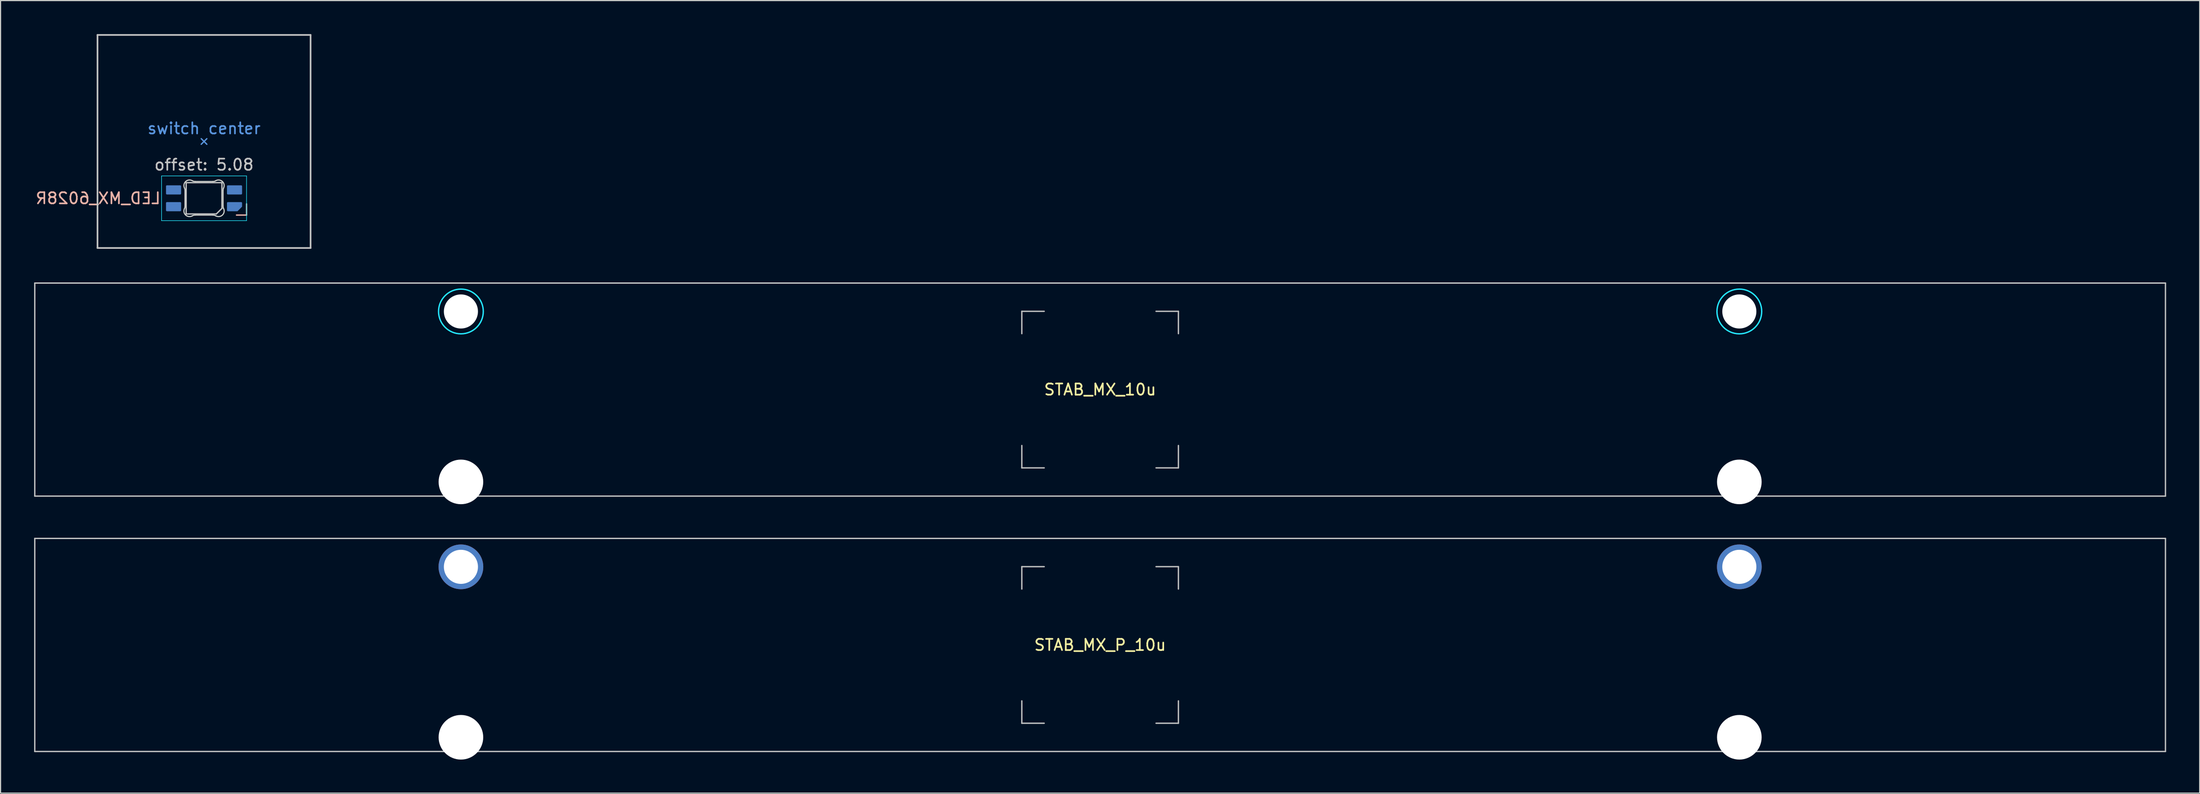
<source format=kicad_pcb>
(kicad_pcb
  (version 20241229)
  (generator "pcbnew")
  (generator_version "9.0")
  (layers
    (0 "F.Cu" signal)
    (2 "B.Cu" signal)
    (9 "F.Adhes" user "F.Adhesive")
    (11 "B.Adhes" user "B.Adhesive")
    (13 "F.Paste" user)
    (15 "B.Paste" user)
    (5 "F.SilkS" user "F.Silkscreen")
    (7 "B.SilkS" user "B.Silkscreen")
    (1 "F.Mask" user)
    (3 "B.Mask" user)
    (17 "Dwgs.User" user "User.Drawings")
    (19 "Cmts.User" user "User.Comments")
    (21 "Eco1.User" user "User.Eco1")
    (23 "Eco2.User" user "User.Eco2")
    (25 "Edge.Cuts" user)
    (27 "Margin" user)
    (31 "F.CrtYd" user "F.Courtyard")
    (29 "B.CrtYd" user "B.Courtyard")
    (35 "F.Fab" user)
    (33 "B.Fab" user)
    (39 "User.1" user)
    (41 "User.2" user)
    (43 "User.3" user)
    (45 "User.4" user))
  (footprint "LED_MX_6028R"
    (layer "F.Cu")
    (at 15.193 14.68)
    (property "Reference" "LED_MX_6028R" (at -3.8 0 0) (layer "B.SilkS") (effects (font (size 1 1) (thickness 0.15)) (justify left mirror)))
    (attr smd)
    (fp_line (start 3.8 0.5) (end 3.8 1.5) (stroke (width 0.12) (type solid)) (layer "B.SilkS"))
    (fp_line (start 3.8 1.5) (end 2.9 1.5) (stroke (width 0.12) (type solid)) (layer "B.SilkS"))
    (fp_line (start -9.525 -14.605) (end 9.525 -14.605) (stroke (width 0.15) (type solid)) (layer "Dwgs.User"))
    (fp_line (start -9.525 4.445) (end -9.525 -14.605) (stroke (width 0.15) (type solid)) (layer "Dwgs.User"))
    (fp_line (start -1.6 -1.4) (end -1.6 1.4) (stroke (width 0.12) (type solid)) (layer "Dwgs.User"))
    (fp_line (start -1.6 1.4) (end 1.1 1.4) (stroke (width 0.12) (type solid)) (layer "Dwgs.User"))
    (fp_line (start 1.6 -1.4) (end -1.6 -1.4) (stroke (width 0.12) (type solid)) (layer "Dwgs.User"))
    (fp_line (start 1.6 0.9) (end 1.1 1.4) (stroke (width 0.12) (type solid)) (layer "Dwgs.User"))
    (fp_line (start 1.6 0.9) (end 1.6 -1.4) (stroke (width 0.12) (type solid)) (layer "Dwgs.User"))
    (fp_line (start 9.525 -14.605) (end 9.525 4.445) (stroke (width 0.15) (type solid)) (layer "Dwgs.User"))
    (fp_line (start 9.525 4.445) (end -9.525 4.445) (stroke (width 0.15) (type solid)) (layer "Dwgs.User"))
    (fp_line (start -0.25 -4.83) (end 0 -5.08) (stroke (width 0.12) (type solid)) (layer "Cmts.User"))
    (fp_line (start 0 -5.08) (end -0.25 -5.33) (stroke (width 0.12) (type solid)) (layer "Cmts.User"))
    (fp_line (start 0 -5.08) (end 0.25 -5.33) (stroke (width 0.12) (type solid)) (layer "Cmts.User"))
    (fp_line (start 0.25 -4.83) (end 0 -5.08) (stroke (width 0.12) (type solid)) (layer "Cmts.User"))
    (fp_line (start -1.7 0.703) (end -1.7 -0.703) (stroke (width 0.1) (type solid)) (layer "Edge.Cuts"))
    (fp_line (start -0.794 -1.5) (end 0.794 -1.5) (stroke (width 0.1) (type solid)) (layer "Edge.Cuts"))
    (fp_line (start 0.794 1.5) (end -0.794 1.5) (stroke (width 0.1) (type solid)) (layer "Edge.Cuts"))
    (fp_line (start 1.7 -0.703) (end 1.7 0.703) (stroke (width 0.1) (type solid)) (layer "Edge.Cuts"))
    (fp_arc (start -1.749484 -0.919721) (mid -1.712527 -0.814069) (end -1.699999 -0.702843) (stroke (width 0.1) (type solid)) (layer "Edge.Cuts"))
    (fp_arc (start -1.749484 -0.919721) (mid -1.638071 -1.504036) (end -1.046711 -1.5683) (stroke (width 0.1) (type solid)) (layer "Edge.Cuts"))
    (fp_arc (start -1.699999 0.702842) (mid -1.712527 0.814067) (end -1.749484 0.919719) (stroke (width 0.1) (type solid)) (layer "Edge.Cuts"))
    (fp_arc (start -1.046711 1.568296) (mid -1.63807 1.504033) (end -1.749484 0.919719) (stroke (width 0.1) (type solid)) (layer "Edge.Cuts"))
    (fp_arc (start -1.04671 1.568298) (mid -0.925122 1.517376) (end -0.794452 1.499999) (stroke (width 0.1) (type solid)) (layer "Edge.Cuts"))
    (fp_arc (start -0.794453 -1.500001) (mid -0.925123 -1.517378) (end -1.046711 -1.5683) (stroke (width 0.1) (type solid)) (layer "Edge.Cuts"))
    (fp_arc (start 0.794452 1.499999) (mid 0.925123 1.517376) (end 1.046711 1.568298) (stroke (width 0.1) (type solid)) (layer "Edge.Cuts"))
    (fp_arc (start 1.046711 -1.568299) (mid 0.925123 -1.517377) (end 0.794453 -1.5) (stroke (width 0.1) (type solid)) (layer "Edge.Cuts"))
    (fp_arc (start 1.046711 -1.568299) (mid 1.638071 -1.504035) (end 1.749484 -0.919721) (stroke (width 0.1) (type solid)) (layer "Edge.Cuts"))
    (fp_arc (start 1.699999 -0.702844) (mid 1.712527 -0.814069) (end 1.749484 -0.919721) (stroke (width 0.1) (type solid)) (layer "Edge.Cuts"))
    (fp_arc (start 1.749484 0.919718) (mid 1.638072 1.504034) (end 1.046711 1.568298) (stroke (width 0.1) (type solid)) (layer "Edge.Cuts"))
    (fp_arc (start 1.749484 0.919719) (mid 1.712527 0.814067) (end 1.699999 0.702841) (stroke (width 0.1) (type solid)) (layer "Edge.Cuts"))
    (fp_line (start -3.8 -2) (end -3.8 2) (stroke (width 0.05) (type solid)) (layer "B.CrtYd"))
    (fp_line (start -3.8 2) (end 3.8 2) (stroke (width 0.05) (type solid)) (layer "B.CrtYd"))
    (fp_line (start 3.8 -2) (end -3.8 -2) (stroke (width 0.05) (type solid)) (layer "B.CrtYd"))
    (fp_line (start 3.8 2) (end 3.8 -2) (stroke (width 0.05) (type solid)) (layer "B.CrtYd"))
    (fp_text user "offset: 5.08" (at 0 -3 0) (layer "Dwgs.User") (effects (font (size 1 1) (thickness 0.15))))
    (fp_text user "switch center" (at 0 -6.25 0) (layer "Cmts.User") (effects (font (size 1 1) (thickness 0.15))))
    (pad "1" smd roundrect (at -2.725 -0.75 270) (size 0.82 1.35) (layers "B.Cu" "B.Mask" "B.Paste") (roundrect_rratio 0.1))
    (pad "2" smd roundrect (at -2.725 0.75 270) (size 0.82 1.35) (layers "B.Cu" "B.Mask" "B.Paste") (roundrect_rratio 0.1))
    (pad "3" smd roundrect (at 2.725 -0.75 270) (size 0.82 1.35) (layers "B.Cu" "B.Mask" "B.Paste") (roundrect_rratio 0.1))
    (pad "4" smd roundrect (at 2.725 0.75 270) (size 0.82 1.35) (layers "B.Cu" "B.Mask" "B.Paste") (roundrect_rratio 0.1) (chamfer_ratio 0.5) (chamfer top_right)))
  (footprint "STAB_MX_P_10u"
    (layer "F.Cu")
    (at 95.31 54.619)
    (property "Reference" "STAB_MX_P_10u" (at 0 0 0) (layer "F.SilkS") (effects (font (size 1 1) (thickness 0.15))))
    (attr through_hole exclude_from_pos_files exclude_from_bom)
    (fp_line (start -95.25 -9.525) (end -95.25 9.525) (stroke (width 0.12) (type solid)) (layer "Dwgs.User"))
    (fp_line (start -95.25 -9.525) (end 95.25 -9.525) (stroke (width 0.12) (type solid)) (layer "Dwgs.User"))
    (fp_line (start -7 -7) (end -5 -7) (stroke (width 0.12) (type solid)) (layer "Dwgs.User"))
    (fp_line (start -7 -5) (end -7 -7) (stroke (width 0.12) (type solid)) (layer "Dwgs.User"))
    (fp_line (start -7 7) (end -7 5) (stroke (width 0.12) (type solid)) (layer "Dwgs.User"))
    (fp_line (start -5 7) (end -7 7) (stroke (width 0.12) (type solid)) (layer "Dwgs.User"))
    (fp_line (start 5 -7) (end 7 -7) (stroke (width 0.12) (type solid)) (layer "Dwgs.User"))
    (fp_line (start 5 7) (end 7 7) (stroke (width 0.12) (type solid)) (layer "Dwgs.User"))
    (fp_line (start 7 -7) (end 7 -5) (stroke (width 0.12) (type solid)) (layer "Dwgs.User"))
    (fp_line (start 7 7) (end 7 5) (stroke (width 0.12) (type solid)) (layer "Dwgs.User"))
    (fp_line (start 95.25 -9.525) (end 95.25 9.525) (stroke (width 0.12) (type solid)) (layer "Dwgs.User"))
    (fp_line (start 95.25 9.525) (end -95.25 9.525) (stroke (width 0.12) (type solid)) (layer "Dwgs.User"))
    (fp_line (start -60.525 -5.5) (end -60.525 7.5) (stroke (width 0.05) (type solid)) (layer "Eco2.User"))
    (fp_line (start -60.025 -6) (end -54.275 -6) (stroke (width 0.05) (type solid)) (layer "Eco2.User"))
    (fp_line (start -60.025 8) (end -54.275 8) (stroke (width 0.05) (type solid)) (layer "Eco2.User"))
    (fp_line (start -53.775 -5.5) (end -53.775 7.5) (stroke (width 0.05) (type solid)) (layer "Eco2.User"))
    (fp_line (start 53.775 -5.5) (end 53.775 7.5) (stroke (width 0.05) (type solid)) (layer "Eco2.User"))
    (fp_line (start 54.275 -6) (end 60.024 -6) (stroke (width 0.05) (type solid)) (layer "Eco2.User"))
    (fp_line (start 54.275 8) (end 60.025 8) (stroke (width 0.05) (type solid)) (layer "Eco2.User"))
    (fp_line (start 60.524 -5.5) (end 60.525 7.5) (stroke (width 0.05) (type solid)) (layer "Eco2.User"))
    (fp_arc (start -60.525 -5.499999) (mid -60.378553 -5.853552) (end -60.025 -5.999999) (stroke (width 0.05) (type solid)) (layer "Eco2.User"))
    (fp_arc (start -60.025 8.000001) (mid -60.378553 7.853554) (end -60.525 7.500001) (stroke (width 0.05) (type solid)) (layer "Eco2.User"))
    (fp_arc (start -54.275 -5.999999) (mid -53.921447 -5.853552) (end -53.775 -5.499999) (stroke (width 0.05) (type solid)) (layer "Eco2.User"))
    (fp_arc (start -53.775 7.500001) (mid -53.921447 7.853554) (end -54.275 8.000001) (stroke (width 0.05) (type solid)) (layer "Eco2.User"))
    (fp_arc (start 53.775 -5.499999) (mid 53.921447 -5.853552) (end 54.275 -5.999999) (stroke (width 0.05) (type solid)) (layer "Eco2.User"))
    (fp_arc (start 54.275 8.000001) (mid 53.921447 7.853554) (end 53.775 7.500001) (stroke (width 0.05) (type solid)) (layer "Eco2.User"))
    (fp_arc (start 60.023789 -5.999999) (mid 60.377342 -5.853552) (end 60.523789 -5.499999) (stroke (width 0.05) (type solid)) (layer "Eco2.User"))
    (fp_arc (start 60.525 7.500001) (mid 60.378553 7.853554) (end 60.025 8.000001) (stroke (width 0.05) (type solid)) (layer "Eco2.User"))
    (pad "" thru_hole circle (at -57.15 -6.985) (size 4 4) (drill 3.048) (layers "*.Cu" "B.Mask"))
    (pad "" np_thru_hole circle (at -57.15 8.255) (size 3.988 3.988) (drill 3.988) (layers "*.Cu" "*.Mask"))
    (pad "" thru_hole circle (at 57.15 -6.985) (size 4 4) (drill 3.048) (layers "*.Cu" "B.Mask"))
    (pad "" np_thru_hole circle (at 57.15 8.255) (size 3.988 3.988) (drill 3.988) (layers "*.Cu" "*.Mask")))
  (footprint "STAB_MX_10u"
    (layer "F.Cu")
    (at 95.31 31.785)
    (property "Reference" "STAB_MX_10u" (at 0 0 0) (layer "F.SilkS") (effects (font (size 1 1) (thickness 0.15))))
    (attr through_hole exclude_from_pos_files exclude_from_bom)
    (fp_line (start -95.25 -9.525) (end -95.25 9.525) (stroke (width 0.12) (type solid)) (layer "Dwgs.User"))
    (fp_line (start -95.25 -9.525) (end 95.25 -9.525) (stroke (width 0.12) (type solid)) (layer "Dwgs.User"))
    (fp_line (start -7 -7) (end -5 -7) (stroke (width 0.12) (type solid)) (layer "Dwgs.User"))
    (fp_line (start -7 -5) (end -7 -7) (stroke (width 0.12) (type solid)) (layer "Dwgs.User"))
    (fp_line (start -7 7) (end -7 5) (stroke (width 0.12) (type solid)) (layer "Dwgs.User"))
    (fp_line (start -5 7) (end -7 7) (stroke (width 0.12) (type solid)) (layer "Dwgs.User"))
    (fp_line (start 5 -7) (end 7 -7) (stroke (width 0.12) (type solid)) (layer "Dwgs.User"))
    (fp_line (start 5 7) (end 7 7) (stroke (width 0.12) (type solid)) (layer "Dwgs.User"))
    (fp_line (start 7 -7) (end 7 -5) (stroke (width 0.12) (type solid)) (layer "Dwgs.User"))
    (fp_line (start 7 7) (end 7 5) (stroke (width 0.12) (type solid)) (layer "Dwgs.User"))
    (fp_line (start 95.25 -9.525) (end 95.25 9.525) (stroke (width 0.12) (type solid)) (layer "Dwgs.User"))
    (fp_line (start 95.25 9.525) (end -95.25 9.525) (stroke (width 0.12) (type solid)) (layer "Dwgs.User"))
    (fp_line (start -60.525 -5.5) (end -60.525 7.5) (stroke (width 0.05) (type solid)) (layer "Eco2.User"))
    (fp_line (start -60.025 -6) (end -54.275 -6) (stroke (width 0.05) (type solid)) (layer "Eco2.User"))
    (fp_line (start -60.025 8) (end -54.275 8) (stroke (width 0.05) (type solid)) (layer "Eco2.User"))
    (fp_line (start -53.775 -5.5) (end -53.775 7.5) (stroke (width 0.05) (type solid)) (layer "Eco2.User"))
    (fp_line (start 53.775 -5.5) (end 53.775 7.5) (stroke (width 0.05) (type solid)) (layer "Eco2.User"))
    (fp_line (start 54.275 -6) (end 60.024 -6) (stroke (width 0.05) (type solid)) (layer "Eco2.User"))
    (fp_line (start 54.275 8) (end 60.025 8) (stroke (width 0.05) (type solid)) (layer "Eco2.User"))
    (fp_line (start 60.524 -5.5) (end 60.525 7.5) (stroke (width 0.05) (type solid)) (layer "Eco2.User"))
    (fp_arc (start -60.525 -5.499999) (mid -60.378553 -5.853552) (end -60.025 -5.999999) (stroke (width 0.05) (type solid)) (layer "Eco2.User"))
    (fp_arc (start -60.025 8.000001) (mid -60.378553 7.853554) (end -60.525 7.500001) (stroke (width 0.05) (type solid)) (layer "Eco2.User"))
    (fp_arc (start -54.275 -5.999999) (mid -53.921447 -5.853552) (end -53.775 -5.499999) (stroke (width 0.05) (type solid)) (layer "Eco2.User"))
    (fp_arc (start -53.775 7.500001) (mid -53.921447 7.853554) (end -54.275 8.000001) (stroke (width 0.05) (type solid)) (layer "Eco2.User"))
    (fp_arc (start 53.775 -5.499999) (mid 53.921447 -5.853552) (end 54.275 -5.999999) (stroke (width 0.05) (type solid)) (layer "Eco2.User"))
    (fp_arc (start 54.275 8.000001) (mid 53.921447 7.853554) (end 53.775 7.500001) (stroke (width 0.05) (type solid)) (layer "Eco2.User"))
    (fp_arc (start 60.023789 -5.999999) (mid 60.377342 -5.853552) (end 60.523789 -5.499999) (stroke (width 0.05) (type solid)) (layer "Eco2.User"))
    (fp_arc (start 60.525 7.500001) (mid 60.378553 7.853554) (end 60.025 8.000001) (stroke (width 0.05) (type solid)) (layer "Eco2.User"))
    (fp_circle (center -57.15 -6.985) (end -55.15 -6.985) (stroke (width 0.12) (type solid)) (fill no) (layer "B.CrtYd"))
    (fp_circle (center 57.15 -6.985) (end 59.15 -6.985) (stroke (width 0.12) (type solid)) (fill no) (layer "B.CrtYd"))
    (pad "" np_thru_hole circle (at -57.15 -6.985) (size 3.048 3.048) (drill 3.048) (layers "*.Cu" "*.Mask"))
    (pad "" np_thru_hole circle (at -57.15 8.255) (size 3.988 3.988) (drill 3.988) (layers "*.Cu" "*.Mask"))
    (pad "" np_thru_hole circle (at 57.15 -6.985) (size 3.048 3.048) (drill 3.048) (layers "*.Cu" "*.Mask"))
    (pad "" np_thru_hole circle (at 57.15 8.255) (size 3.988 3.988) (drill 3.988) (layers "*.Cu" "*.Mask")))
  (gr_rect
    (start -3 -3)
    (end 193.62 67.868)
    (stroke (width 0.1) (type default))
    (fill no)
    (layer "Edge.Cuts")))
</source>
